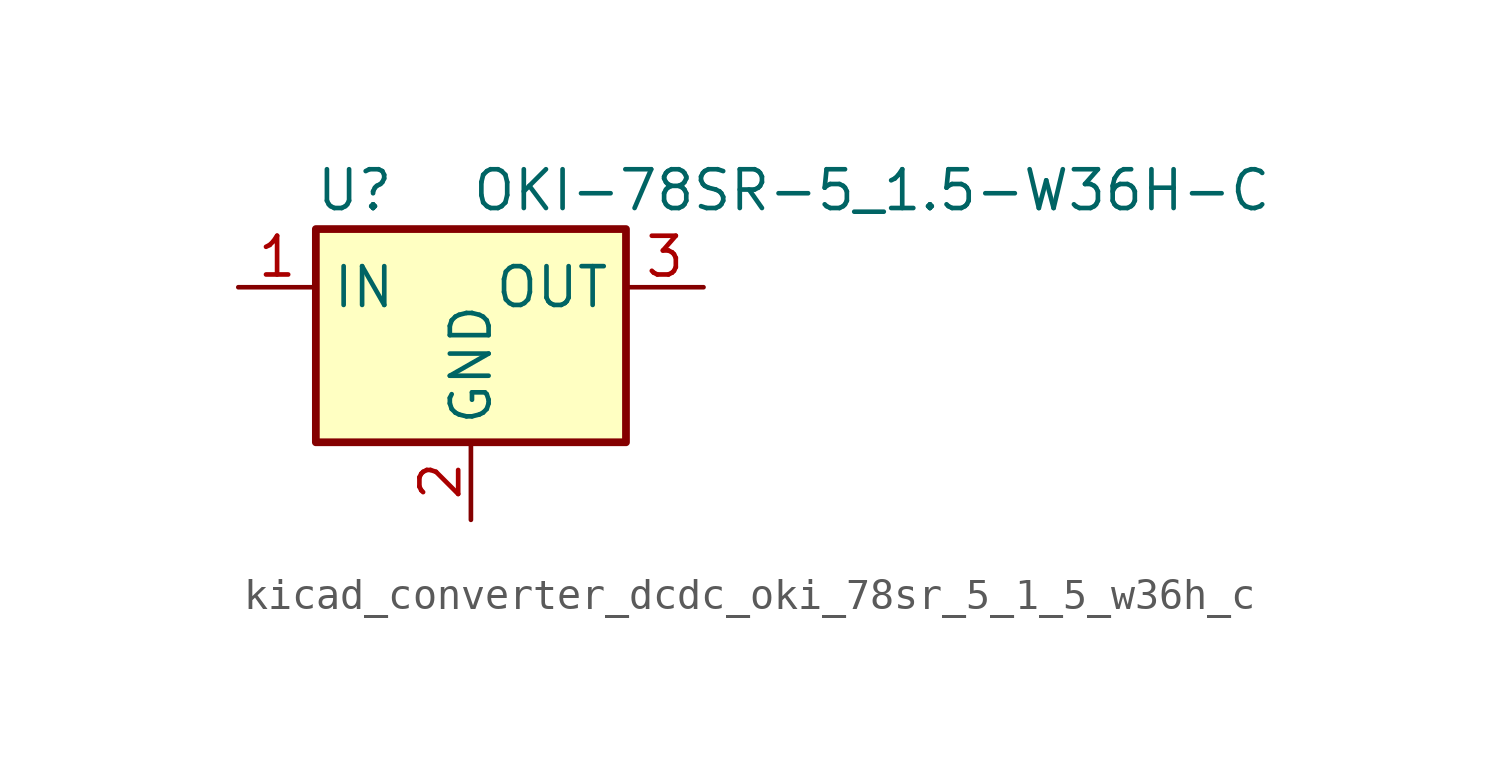
<source format=kicad_sym>
(kicad_symbol_lib
  (version 20220914)
  (generator kicad_symbol_editor)
  (symbol "kicad_converter_dcdc_oki_78sr_5_1_5_w36h_c"
    (property "Reference" "U"
      (at -3.81 3.175 0)
      (effects (font (size 1.27 1.27))))
    (property "Value" "OKI-78SR-5_1.5-W36H-C"
      (at 0 3.175 0)
      (effects (font (size 1.27 1.27)) (justify left)))
    (symbol "kicad_converter_dcdc_oki_78sr_5_1_5_w36h_c_0_1"
      (rectangle (start -5.08 1.905) (end 5.08 -5.08) (stroke (width 0.254) (type default)) (fill (type background))))
    (symbol "kicad_converter_dcdc_oki_78sr_5_1_5_w36h_c_1_1"
      (pin power_in line (at -7.62 0 0) (length 2.54) (name "IN" (effects (font (size 1.27 1.27)))) (number "1" (effects (font (size 1.27 1.27)))))
      (pin power_in line (at 0 -7.62 90) (length 2.54) (name "GND" (effects (font (size 1.27 1.27)))) (number "2" (effects (font (size 1.27 1.27)))))
      (pin power_out line (at 7.62 0 180) (length 2.54) (name "OUT" (effects (font (size 1.27 1.27)))) (number "3" (effects (font (size 1.27 1.27))))))))
</source>
